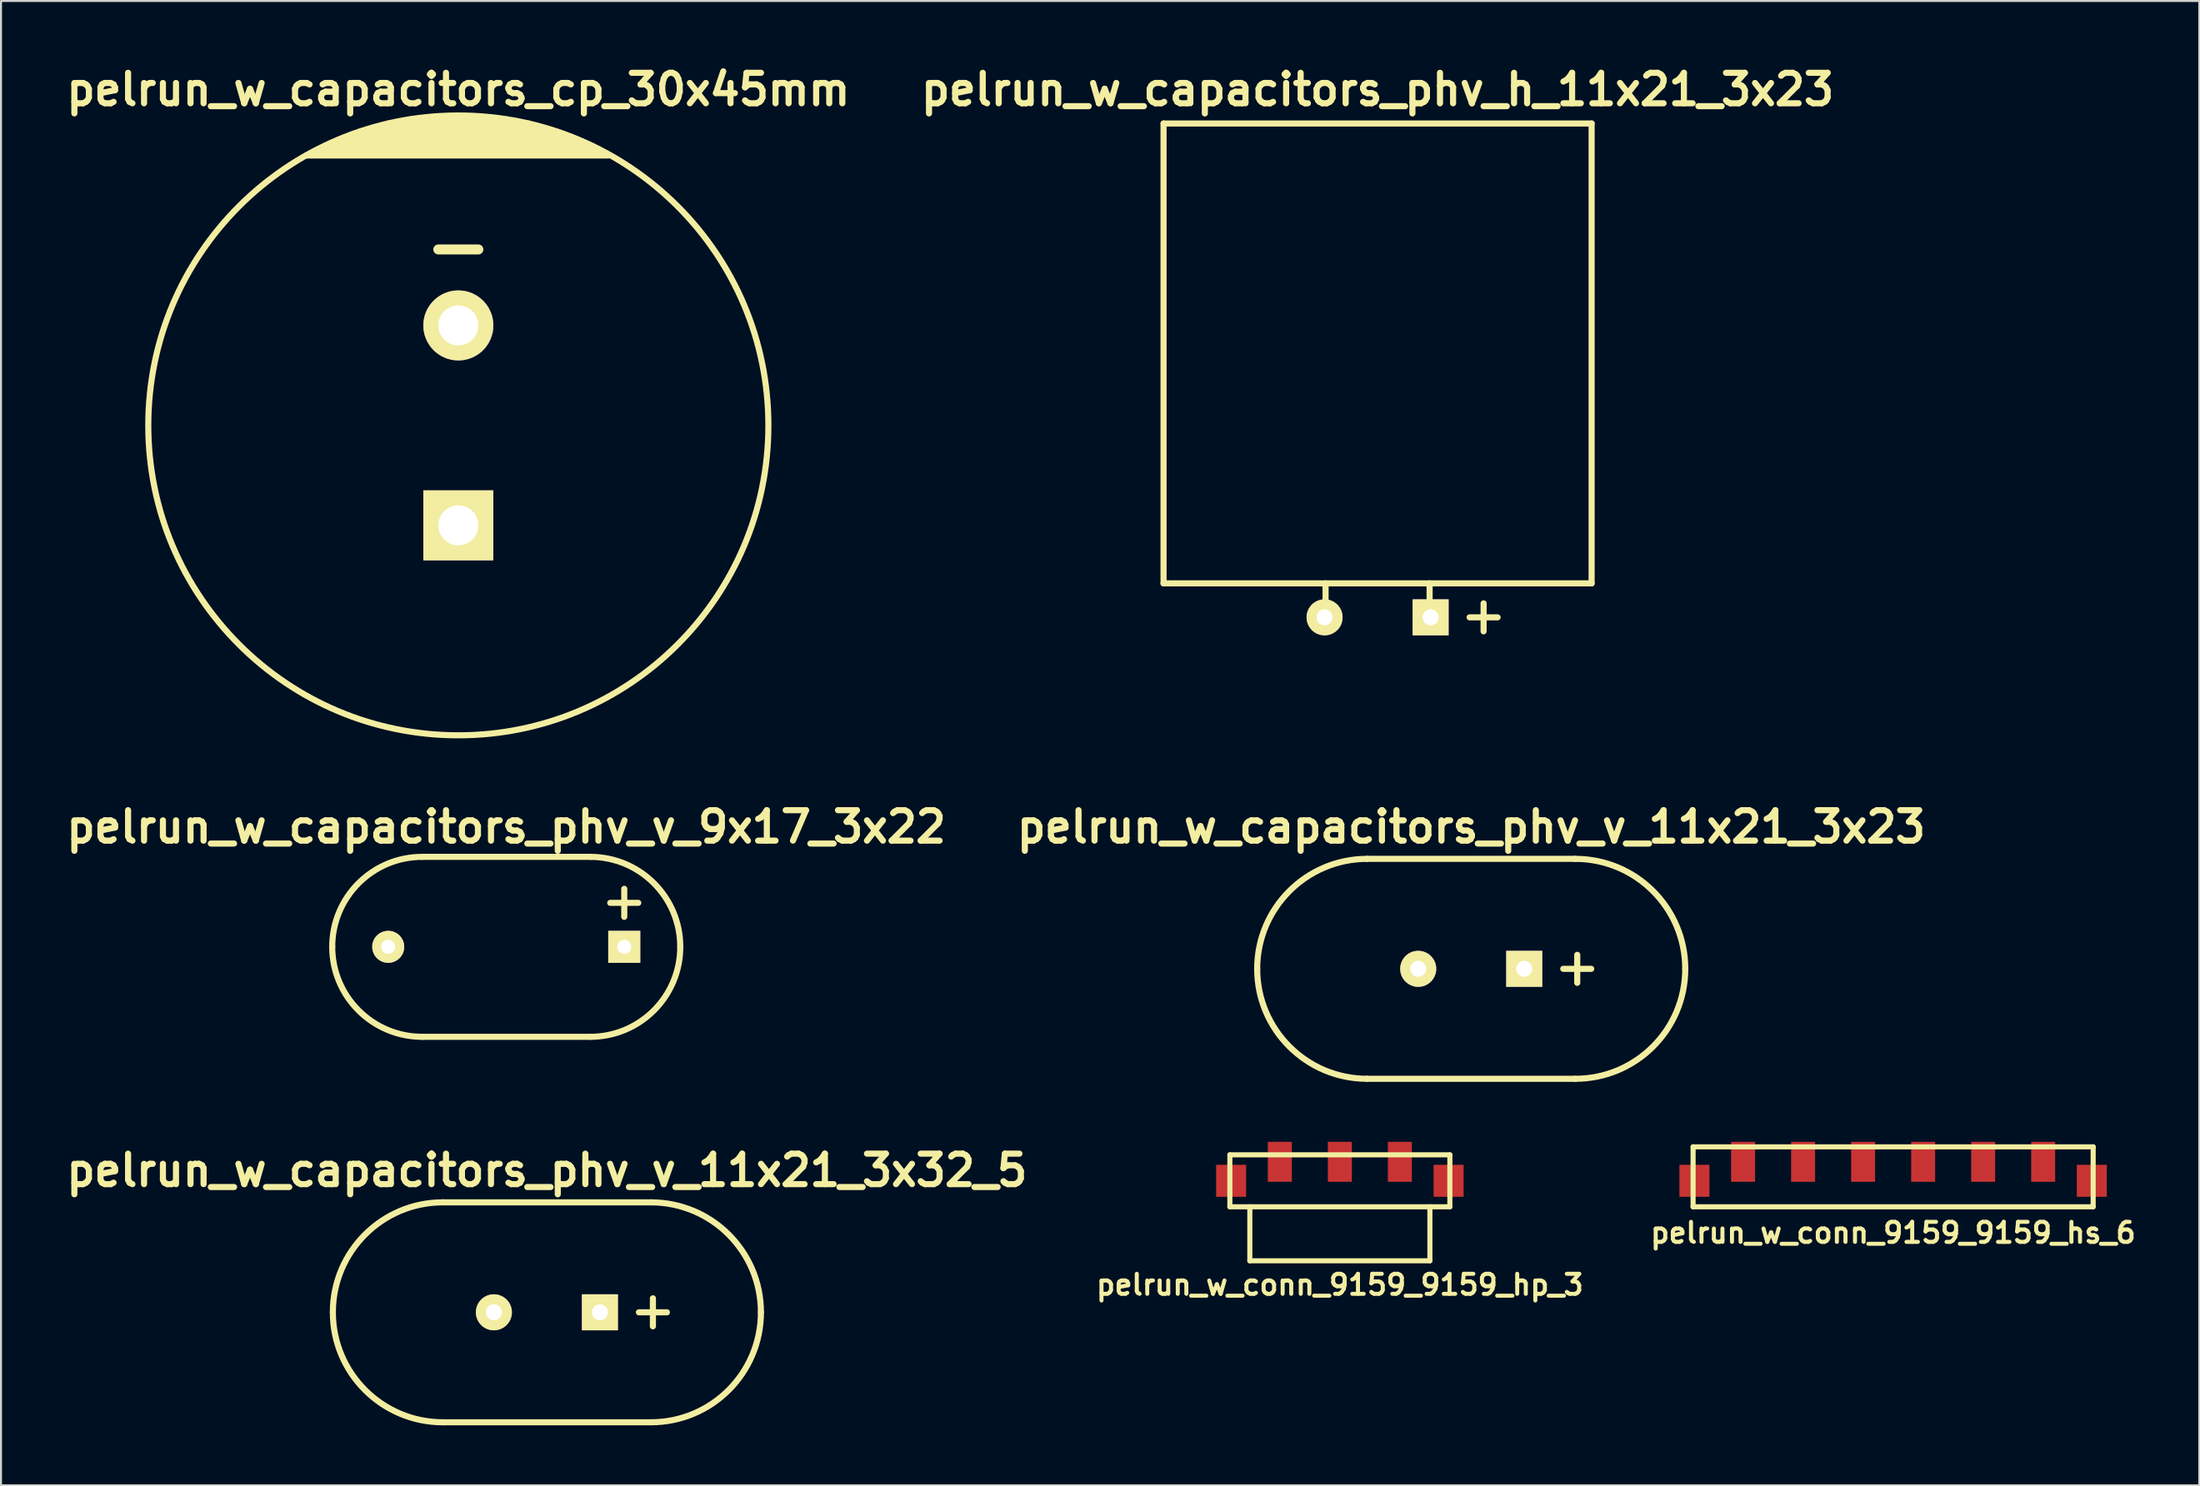
<source format=kicad_pcb>
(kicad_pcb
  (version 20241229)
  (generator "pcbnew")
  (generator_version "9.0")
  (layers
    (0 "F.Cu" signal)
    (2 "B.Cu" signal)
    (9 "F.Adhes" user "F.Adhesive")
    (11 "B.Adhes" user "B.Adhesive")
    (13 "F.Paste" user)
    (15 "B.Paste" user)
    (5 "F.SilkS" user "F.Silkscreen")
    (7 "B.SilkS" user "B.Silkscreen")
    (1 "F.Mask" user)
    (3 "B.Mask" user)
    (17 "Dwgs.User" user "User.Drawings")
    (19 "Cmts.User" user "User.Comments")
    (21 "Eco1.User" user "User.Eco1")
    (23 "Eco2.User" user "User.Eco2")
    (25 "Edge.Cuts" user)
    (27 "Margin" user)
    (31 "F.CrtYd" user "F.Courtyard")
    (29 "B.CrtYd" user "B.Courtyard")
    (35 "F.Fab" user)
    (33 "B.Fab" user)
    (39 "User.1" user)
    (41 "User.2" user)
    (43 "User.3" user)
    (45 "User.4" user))
  (footprint "pelrun_w_capacitors_phv_v_9x17_3x22"
    (layer "F.Cu")
    (at 22.258 44.305)
    (property "Reference" "pelrun_w_capacitors_phv_v_9x17_3x22" (at 0 -6 0) (layer "F.SilkS") (effects (font (size 1.524 1.524) (thickness 0.305))))
    (attr through_hole)
    (fp_line (start -4.2 4.5) (end 4.2 4.5) (stroke (width 0.305) (type solid)) (layer "F.SilkS"))
    (fp_line (start 4.2 -4.5) (end -4.2 -4.5) (stroke (width 0.305) (type solid)) (layer "F.SilkS"))
    (fp_line (start 5.2 -2.2) (end 6.6 -2.2) (stroke (width 0.305) (type solid)) (layer "F.SilkS"))
    (fp_line (start 5.9 -1.5) (end 5.9 -2.9) (stroke (width 0.305) (type solid)) (layer "F.SilkS"))
    (fp_arc (start -8.7 0) (mid -7.381981 -3.181981) (end -4.2 -4.5) (stroke (width 0.3048) (type solid)) (layer "F.SilkS"))
    (fp_arc (start -4.2 4.5) (mid -7.381981 3.181981) (end -8.7 0) (stroke (width 0.3048) (type solid)) (layer "F.SilkS"))
    (fp_arc (start 4.2 -4.5) (mid 7.381981 -3.181981) (end 8.7 0) (stroke (width 0.3048) (type solid)) (layer "F.SilkS"))
    (fp_arc (start 8.7 0) (mid 7.381981 3.181981) (end 4.2 4.5) (stroke (width 0.3048) (type solid)) (layer "F.SilkS"))
    (pad "1" thru_hole rect (at 5.9 0) (size 1.6 1.6) (drill 0.7) (layers "*.Cu" "*.Mask" "F.SilkS"))
    (pad "2" thru_hole circle (at -5.9 0) (size 1.6 1.6) (drill 0.7) (layers "*.Cu" "*.Mask" "F.SilkS")))
  (footprint "pelrun_w_conn_9159_9159_hs_6"
    (layer "F.Cu")
    (at 91.591 56.007)
    (property "Reference" "pelrun_w_conn_9159_9159_hs_6" (at 0 2.601 0) (layer "F.SilkS") (effects (font (size 1.001 1.001) (thickness 0.201))))
    (attr through_hole)
    (fp_line (start -10 -1.699) (end -10 1.3) (stroke (width 0.254) (type solid)) (layer "F.SilkS"))
    (fp_line (start -10 -1.699) (end 10 -1.699) (stroke (width 0.254) (type solid)) (layer "F.SilkS"))
    (fp_line (start 10 -1.699) (end 10 1.3) (stroke (width 0.254) (type solid)) (layer "F.SilkS"))
    (fp_line (start 10 1.3) (end -10 1.3) (stroke (width 0.254) (type solid)) (layer "F.SilkS"))
    (pad "1" smd rect (at -7.501 -0.95) (size 1.199 1.999) (layers "F.Cu" "F.Mask" "F.Paste"))
    (pad "2" smd rect (at -4.501 -0.95) (size 1.199 1.999) (layers "F.Cu" "F.Mask" "F.Paste"))
    (pad "3" smd rect (at -1.501 -0.95) (size 1.199 1.999) (layers "F.Cu" "F.Mask" "F.Paste"))
    (pad "4" smd rect (at 1.501 -0.95) (size 1.199 1.999) (layers "F.Cu" "F.Mask" "F.Paste"))
    (pad "5" smd rect (at 4.501 -0.95) (size 1.199 1.999) (layers "F.Cu" "F.Mask" "F.Paste"))
    (pad "6" smd rect (at 7.501 -0.95) (size 1.199 1.999) (layers "F.Cu" "F.Mask" "F.Paste"))
    (pad "7" smd rect (at -9.934 0) (size 1.501 1.6) (layers "F.Cu" "F.Mask" "F.Paste"))
    (pad "7" smd rect (at 9.934 0) (size 1.501 1.6) (layers "F.Cu" "F.Mask" "F.Paste")))
  (footprint "pelrun_w_capacitors_phv_h_11x21_3x23"
    (layer "F.Cu")
    (at 65.818 15.626)
    (property "Reference" "pelrun_w_capacitors_phv_h_11x21_3x23" (at 0 -14.2 0) (layer "F.SilkS") (effects (font (size 1.524 1.524) (thickness 0.305))))
    (attr through_hole)
    (fp_line (start -10.7 -12.5) (end 10.7 -12.5) (stroke (width 0.305) (type solid)) (layer "F.SilkS"))
    (fp_line (start -10.7 10.5) (end -10.7 -12.5) (stroke (width 0.305) (type solid)) (layer "F.SilkS"))
    (fp_line (start -10.7 10.5) (end 10.7 10.5) (stroke (width 0.305) (type solid)) (layer "F.SilkS"))
    (fp_line (start -2.6 12.2) (end -2.6 10.5) (stroke (width 0.305) (type solid)) (layer "F.SilkS"))
    (fp_line (start 2.6 12.2) (end 2.6 10.5) (stroke (width 0.305) (type solid)) (layer "F.SilkS"))
    (fp_line (start 4.6 12.2) (end 6 12.2) (stroke (width 0.305) (type solid)) (layer "F.SilkS"))
    (fp_line (start 5.3 12.9) (end 5.3 11.5) (stroke (width 0.305) (type solid)) (layer "F.SilkS"))
    (fp_line (start 10.7 10.5) (end 10.7 -12.5) (stroke (width 0.305) (type solid)) (layer "F.SilkS"))
    (pad "1" thru_hole rect (at 2.65 12.2) (size 1.8 1.8) (drill 0.8) (layers "*.Cu" "*.Mask" "F.SilkS"))
    (pad "2" thru_hole circle (at -2.65 12.2) (size 1.8 1.8) (drill 0.8) (layers "*.Cu" "*.Mask" "F.SilkS")))
  (footprint "pelrun_w_capacitors_phv_v_11x21_3x32_5"
    (layer "F.Cu")
    (at 24.29 62.584)
    (property "Reference" "pelrun_w_capacitors_phv_v_11x21_3x32_5" (at 0 -7.1 0) (layer "F.SilkS") (effects (font (size 1.524 1.524) (thickness 0.305))))
    (attr through_hole)
    (fp_line (start -5.2 -5.5) (end 5.2 -5.5) (stroke (width 0.305) (type solid)) (layer "F.SilkS"))
    (fp_line (start 4.6 0) (end 6 0) (stroke (width 0.305) (type solid)) (layer "F.SilkS"))
    (fp_line (start 5.2 5.5) (end -5.2 5.5) (stroke (width 0.305) (type solid)) (layer "F.SilkS"))
    (fp_line (start 5.3 0.7) (end 5.3 -0.7) (stroke (width 0.305) (type solid)) (layer "F.SilkS"))
    (fp_arc (start -10.7 0) (mid -9.089087 -3.889087) (end -5.2 -5.5) (stroke (width 0.3048) (type solid)) (layer "F.SilkS"))
    (fp_arc (start -5.2 5.5) (mid -9.089087 3.889087) (end -10.7 0) (stroke (width 0.3048) (type solid)) (layer "F.SilkS"))
    (fp_arc (start 5.2 -5.5) (mid 9.089087 -3.889087) (end 10.7 0) (stroke (width 0.3048) (type solid)) (layer "F.SilkS"))
    (fp_arc (start 10.7 0) (mid 9.089087 3.889087) (end 5.2 5.5) (stroke (width 0.3048) (type solid)) (layer "F.SilkS"))
    (pad "1" thru_hole rect (at 2.65 0) (size 1.8 1.8) (drill 0.8) (layers "*.Cu" "*.Mask" "F.SilkS"))
    (pad "2" thru_hole circle (at -2.65 0) (size 1.8 1.8) (drill 0.8) (layers "*.Cu" "*.Mask" "F.SilkS")))
  (footprint "pelrun_w_conn_9159_9159_hp_3"
    (layer "F.Cu")
    (at 63.932 56.007)
    (property "Reference" "pelrun_w_conn_9159_9159_hp_3" (at 0 5.199 0) (layer "F.SilkS") (effects (font (size 1.001 1.001) (thickness 0.201))))
    (attr through_hole)
    (fp_line (start -5.499 -1.3) (end -5.499 1.3) (stroke (width 0.254) (type solid)) (layer "F.SilkS"))
    (fp_line (start -5.499 -1.3) (end 5.499 -1.3) (stroke (width 0.254) (type solid)) (layer "F.SilkS"))
    (fp_line (start -4.501 1.3) (end -4.501 4) (stroke (width 0.254) (type solid)) (layer "F.SilkS"))
    (fp_line (start -4.501 4) (end 4.501 4) (stroke (width 0.254) (type solid)) (layer "F.SilkS"))
    (fp_line (start 4.501 4) (end 4.501 1.3) (stroke (width 0.254) (type solid)) (layer "F.SilkS"))
    (fp_line (start 5.499 1.3) (end -5.499 1.3) (stroke (width 0.254) (type solid)) (layer "F.SilkS"))
    (fp_line (start 5.499 1.3) (end 5.499 -1.3) (stroke (width 0.254) (type solid)) (layer "F.SilkS"))
    (pad "1" smd rect (at -3 -0.95) (size 1.199 1.999) (layers "F.Cu" "F.Mask" "F.Paste"))
    (pad "2" smd rect (at 0 -0.95) (size 1.199 1.999) (layers "F.Cu" "F.Mask" "F.Paste"))
    (pad "3" smd rect (at 3 -0.95) (size 1.199 1.999) (layers "F.Cu" "F.Mask" "F.Paste"))
    (pad "4" smd rect (at -5.436 0) (size 1.501 1.6) (layers "F.Cu" "F.Mask" "F.Paste"))
    (pad "4" smd rect (at 5.436 0) (size 1.501 1.6) (layers "F.Cu" "F.Mask" "F.Paste")))
  (footprint "pelrun_w_capacitors_cp_30x45mm"
    (layer "F.Cu")
    (at 19.863 18.226)
    (property "Reference" "pelrun_w_capacitors_cp_30x45mm" (at 0 -16.8 0) (layer "F.SilkS") (effects (font (size 1.524 1.524) (thickness 0.305))))
    (attr through_hole)
    (fp_line (start -7.6 -13.5) (end 7.5 -13.5) (stroke (width 0.305) (type solid)) (layer "F.SilkS"))
    (fp_line (start -6.8 -13.9) (end 6.8 -13.9) (stroke (width 0.305) (type solid)) (layer "F.SilkS"))
    (fp_line (start -6.4 -14.1) (end 6.4 -14.1) (stroke (width 0.305) (type solid)) (layer "F.SilkS"))
    (fp_line (start -5.4 -14.5) (end 5.4 -14.5) (stroke (width 0.305) (type solid)) (layer "F.SilkS"))
    (fp_line (start -4.9 -14.7) (end 4.9 -14.7) (stroke (width 0.305) (type solid)) (layer "F.SilkS"))
    (fp_line (start -4.2 -14.9) (end 4.2 -14.9) (stroke (width 0.305) (type solid)) (layer "F.SilkS"))
    (fp_line (start -3.5 -15.1) (end 3.5 -15.1) (stroke (width 0.305) (type solid)) (layer "F.SilkS"))
    (fp_line (start -2.4 -15.3) (end 2.4 -15.3) (stroke (width 0.305) (type solid)) (layer "F.SilkS"))
    (fp_line (start -1 -8.8) (end 1 -8.8) (stroke (width 0.5) (type solid)) (layer "F.SilkS"))
    (fp_line (start 5.9 -14.3) (end -5.9 -14.3) (stroke (width 0.305) (type solid)) (layer "F.SilkS"))
    (fp_line (start 7.2 -13.7) (end -7.2 -13.7) (stroke (width 0.305) (type solid)) (layer "F.SilkS"))
    (fp_circle (center 0 0) (end -15.5 0) (stroke (width 0.305) (type solid)) (fill no) (layer "F.SilkS"))
    (pad "1" thru_hole rect (at 0 5) (size 3.5 3.5) (drill 2) (layers "*.Cu" "*.Mask" "F.SilkS"))
    (pad "2" thru_hole circle (at 0 -5) (size 3.5 3.5) (drill 2) (layers "*.Cu" "*.Mask" "F.SilkS")))
  (footprint "pelrun_w_capacitors_phv_v_11x21_3x23"
    (layer "F.Cu")
    (at 70.499 45.405)
    (property "Reference" "pelrun_w_capacitors_phv_v_11x21_3x23" (at 0 -7.1 0) (layer "F.SilkS") (effects (font (size 1.524 1.524) (thickness 0.305))))
    (attr through_hole)
    (fp_line (start -5.2 -5.5) (end 5.2 -5.5) (stroke (width 0.305) (type solid)) (layer "F.SilkS"))
    (fp_line (start 4.6 0) (end 6 0) (stroke (width 0.305) (type solid)) (layer "F.SilkS"))
    (fp_line (start 5.2 5.5) (end -5.2 5.5) (stroke (width 0.305) (type solid)) (layer "F.SilkS"))
    (fp_line (start 5.3 0.7) (end 5.3 -0.7) (stroke (width 0.305) (type solid)) (layer "F.SilkS"))
    (fp_arc (start -10.7 0) (mid -9.089087 -3.889087) (end -5.2 -5.5) (stroke (width 0.3048) (type solid)) (layer "F.SilkS"))
    (fp_arc (start -5.2 5.5) (mid -9.089087 3.889087) (end -10.7 0) (stroke (width 0.3048) (type solid)) (layer "F.SilkS"))
    (fp_arc (start 5.2 -5.5) (mid 9.089087 -3.889087) (end 10.7 0) (stroke (width 0.3048) (type solid)) (layer "F.SilkS"))
    (fp_arc (start 10.7 0) (mid 9.089087 3.889087) (end 5.2 5.5) (stroke (width 0.3048) (type solid)) (layer "F.SilkS"))
    (pad "1" thru_hole rect (at 2.65 0) (size 1.8 1.8) (drill 0.8) (layers "*.Cu" "*.Mask" "F.SilkS"))
    (pad "2" thru_hole circle (at -2.65 0) (size 1.8 1.8) (drill 0.8) (layers "*.Cu" "*.Mask" "F.SilkS")))
  (gr_rect
    (start -3 -3)
    (end 106.896 71.237)
    (stroke (width 0.1) (type default))
    (fill no)
    (layer "Edge.Cuts")))
</source>
